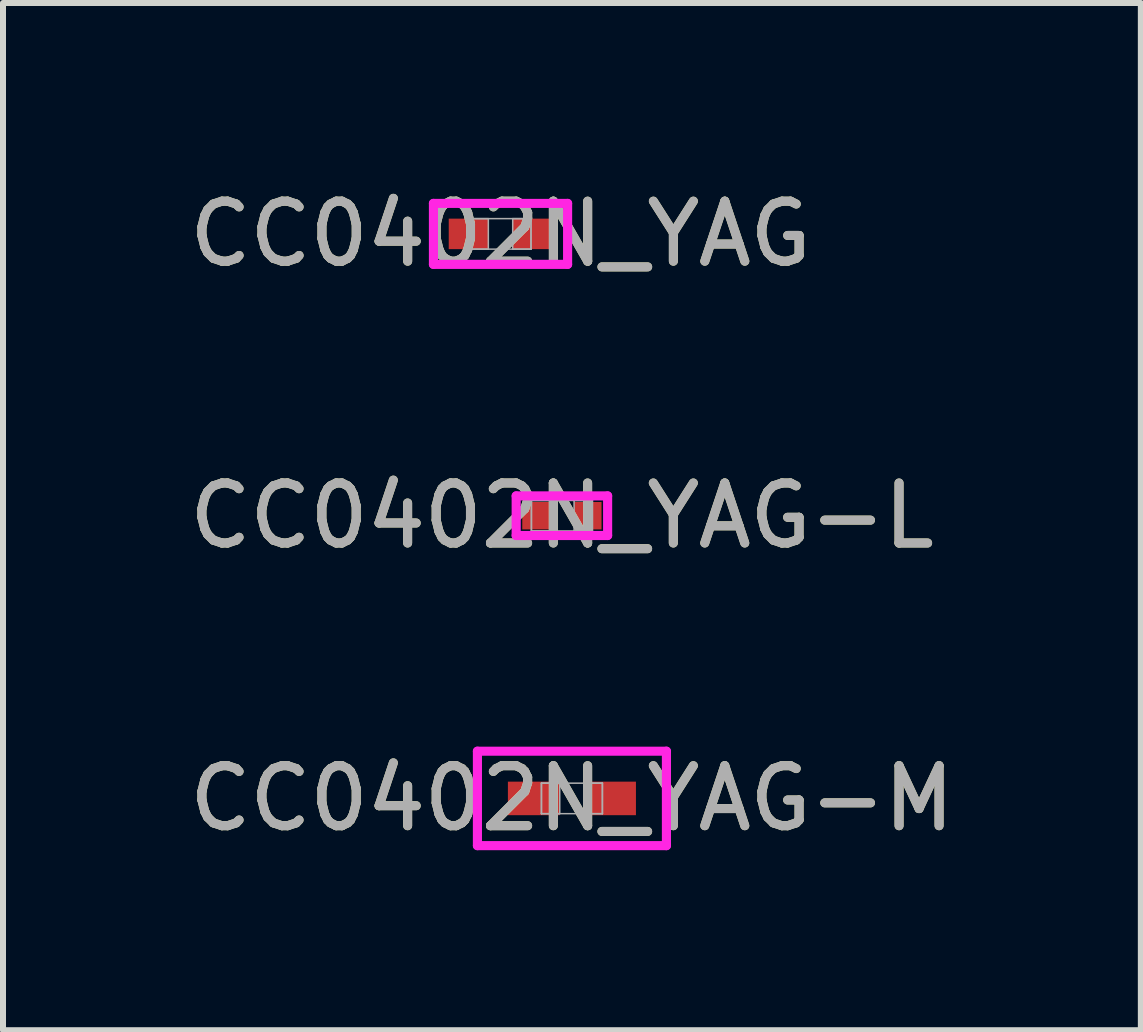
<source format=kicad_pcb>
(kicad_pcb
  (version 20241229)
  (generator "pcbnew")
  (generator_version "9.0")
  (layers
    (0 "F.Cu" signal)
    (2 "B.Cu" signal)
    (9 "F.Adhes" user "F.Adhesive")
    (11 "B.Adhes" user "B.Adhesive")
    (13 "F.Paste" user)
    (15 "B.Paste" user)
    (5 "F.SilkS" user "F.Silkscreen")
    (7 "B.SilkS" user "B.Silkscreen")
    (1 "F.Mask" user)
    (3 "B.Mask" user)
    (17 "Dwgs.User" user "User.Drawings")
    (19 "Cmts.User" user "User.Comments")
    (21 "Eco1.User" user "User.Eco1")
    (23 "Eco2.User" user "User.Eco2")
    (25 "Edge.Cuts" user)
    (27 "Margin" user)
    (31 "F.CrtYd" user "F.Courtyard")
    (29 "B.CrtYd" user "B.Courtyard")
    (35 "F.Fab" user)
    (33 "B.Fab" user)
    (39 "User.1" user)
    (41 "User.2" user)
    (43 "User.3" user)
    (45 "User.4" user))
  (footprint "CC0402N_YAG"
    (layer "F.Cu")
    (at 5.292 0.848)
    (property "Reference" "CC0402N_YAG" (at 0 0 0) (unlocked yes) (layer "F.SilkS") (effects (font (size 1 1) (thickness 0.15))))
    (attr smd)
    (fp_line (start -1.118 -0.508) (end 1.118 -0.508) (stroke (width 0.152) (type solid)) (layer "F.CrtYd"))
    (fp_line (start -1.118 0.508) (end -1.118 -0.508) (stroke (width 0.152) (type solid)) (layer "F.CrtYd"))
    (fp_line (start 1.118 -0.508) (end 1.118 0.508) (stroke (width 0.152) (type solid)) (layer "F.CrtYd"))
    (fp_line (start 1.118 0.508) (end -1.118 0.508) (stroke (width 0.152) (type solid)) (layer "F.CrtYd"))
    (fp_line (start -0.508 -0.254) (end -0.508 0.254) (stroke (width 0.025) (type solid)) (layer "F.Fab"))
    (fp_line (start -0.508 -0.254) (end -0.508 0.254) (stroke (width 0.025) (type solid)) (layer "F.Fab"))
    (fp_line (start -0.508 0.254) (end -0.203 0.254) (stroke (width 0.025) (type solid)) (layer "F.Fab"))
    (fp_line (start -0.508 0.254) (end 0.508 0.254) (stroke (width 0.025) (type solid)) (layer "F.Fab"))
    (fp_line (start -0.203 -0.254) (end -0.508 -0.254) (stroke (width 0.025) (type solid)) (layer "F.Fab"))
    (fp_line (start -0.203 0.254) (end -0.203 -0.254) (stroke (width 0.025) (type solid)) (layer "F.Fab"))
    (fp_line (start 0.203 -0.254) (end 0.203 0.254) (stroke (width 0.025) (type solid)) (layer "F.Fab"))
    (fp_line (start 0.203 0.254) (end 0.508 0.254) (stroke (width 0.025) (type solid)) (layer "F.Fab"))
    (fp_line (start 0.508 -0.254) (end -0.508 -0.254) (stroke (width 0.025) (type solid)) (layer "F.Fab"))
    (fp_line (start 0.508 -0.254) (end 0.203 -0.254) (stroke (width 0.025) (type solid)) (layer "F.Fab"))
    (fp_line (start 0.508 0.254) (end 0.508 -0.254) (stroke (width 0.025) (type solid)) (layer "F.Fab"))
    (fp_line (start 0.508 0.254) (end 0.508 -0.254) (stroke (width 0.025) (type solid)) (layer "F.Fab"))
    (fp_text user "${REFERENCE}" (at 0 0 0) (unlocked yes) (layer "F.Fab") (effects (font (size 1 1) (thickness 0.15))))
    (pad "1" smd rect (at -0.533 0) (size 0.66 0.508) (layers "F.Cu" "F.Mask" "F.Paste"))
    (pad "2" smd rect (at 0.533 0) (size 0.66 0.508) (layers "F.Cu" "F.Mask" "F.Paste"))
    (zone (net_name "") (layer "F.Cu") (hatch full 0.508) (connect_pads) (min_thickness 0.254) (filled_areas_thickness no) (keepout (tracks not_allowed) (vias not_allowed) (pads allowed) (copperpour not_allowed) (footprints allowed)) (placement (enabled no)) (fill) (polygon (pts (xy 5.139 0.645) (xy 5.444 0.645) (xy 5.444 1.051) (xy 5.139 1.051)))))
  (footprint "CC0402N_YAG-L"
    (layer "F.Cu")
    (at 6.315 5.545)
    (property "Reference" "CC0402N_YAG-L" (at 0 0 0) (unlocked yes) (layer "F.SilkS") (effects (font (size 1 1) (thickness 0.15))))
    (attr smd)
    (fp_line (start -0.762 -0.33) (end 0.762 -0.33) (stroke (width 0.152) (type solid)) (layer "F.CrtYd"))
    (fp_line (start -0.762 0.33) (end -0.762 -0.33) (stroke (width 0.152) (type solid)) (layer "F.CrtYd"))
    (fp_line (start 0.762 -0.33) (end 0.762 0.33) (stroke (width 0.152) (type solid)) (layer "F.CrtYd"))
    (fp_line (start 0.762 0.33) (end -0.762 0.33) (stroke (width 0.152) (type solid)) (layer "F.CrtYd"))
    (fp_line (start -0.508 -0.254) (end -0.508 0.254) (stroke (width 0.025) (type solid)) (layer "F.Fab"))
    (fp_line (start -0.508 -0.254) (end -0.508 0.254) (stroke (width 0.025) (type solid)) (layer "F.Fab"))
    (fp_line (start -0.508 0.254) (end -0.203 0.254) (stroke (width 0.025) (type solid)) (layer "F.Fab"))
    (fp_line (start -0.508 0.254) (end 0.508 0.254) (stroke (width 0.025) (type solid)) (layer "F.Fab"))
    (fp_line (start -0.203 -0.254) (end -0.508 -0.254) (stroke (width 0.025) (type solid)) (layer "F.Fab"))
    (fp_line (start -0.203 0.254) (end -0.203 -0.254) (stroke (width 0.025) (type solid)) (layer "F.Fab"))
    (fp_line (start 0.203 -0.254) (end 0.203 0.254) (stroke (width 0.025) (type solid)) (layer "F.Fab"))
    (fp_line (start 0.203 0.254) (end 0.508 0.254) (stroke (width 0.025) (type solid)) (layer "F.Fab"))
    (fp_line (start 0.508 -0.254) (end -0.508 -0.254) (stroke (width 0.025) (type solid)) (layer "F.Fab"))
    (fp_line (start 0.508 -0.254) (end 0.203 -0.254) (stroke (width 0.025) (type solid)) (layer "F.Fab"))
    (fp_line (start 0.508 0.254) (end 0.508 -0.254) (stroke (width 0.025) (type solid)) (layer "F.Fab"))
    (fp_line (start 0.508 0.254) (end 0.508 -0.254) (stroke (width 0.025) (type solid)) (layer "F.Fab"))
    (fp_text user "${REFERENCE}" (at 0 0 0) (unlocked yes) (layer "F.Fab") (effects (font (size 1 1) (thickness 0.15))))
    (pad "1" smd rect (at -0.432 0) (size 0.457 0.457) (layers "F.Cu" "F.Mask" "F.Paste"))
    (pad "2" smd rect (at 0.432 0) (size 0.457 0.457) (layers "F.Cu" "F.Mask" "F.Paste"))
    (zone (net_name "") (layer "F.Cu") (hatch full 0.508) (connect_pads) (min_thickness 0.254) (filled_areas_thickness no) (keepout (tracks not_allowed) (vias not_allowed) (pads allowed) (copperpour not_allowed) (footprints allowed)) (placement (enabled no)) (fill) (polygon (pts (xy 6.163 5.342) (xy 6.468 5.342) (xy 6.468 5.748) (xy 6.163 5.748)))))
  (footprint "CC0402N_YAG-M"
    (layer "F.Cu")
    (at 6.482 10.257)
    (property "Reference" "CC0402N_YAG-M" (at 0 0 0) (unlocked yes) (layer "F.SilkS") (effects (font (size 1 1) (thickness 0.15))))
    (attr smd)
    (fp_line (start -1.575 -0.787) (end 1.575 -0.787) (stroke (width 0.152) (type solid)) (layer "F.CrtYd"))
    (fp_line (start -1.575 0.787) (end -1.575 -0.787) (stroke (width 0.152) (type solid)) (layer "F.CrtYd"))
    (fp_line (start 1.575 -0.787) (end 1.575 0.787) (stroke (width 0.152) (type solid)) (layer "F.CrtYd"))
    (fp_line (start 1.575 0.787) (end -1.575 0.787) (stroke (width 0.152) (type solid)) (layer "F.CrtYd"))
    (fp_line (start -0.508 -0.254) (end -0.508 0.254) (stroke (width 0.025) (type solid)) (layer "F.Fab"))
    (fp_line (start -0.508 -0.254) (end -0.508 0.254) (stroke (width 0.025) (type solid)) (layer "F.Fab"))
    (fp_line (start -0.508 0.254) (end -0.203 0.254) (stroke (width 0.025) (type solid)) (layer "F.Fab"))
    (fp_line (start -0.508 0.254) (end 0.508 0.254) (stroke (width 0.025) (type solid)) (layer "F.Fab"))
    (fp_line (start -0.203 -0.254) (end -0.508 -0.254) (stroke (width 0.025) (type solid)) (layer "F.Fab"))
    (fp_line (start -0.203 0.254) (end -0.203 -0.254) (stroke (width 0.025) (type solid)) (layer "F.Fab"))
    (fp_line (start 0.203 -0.254) (end 0.203 0.254) (stroke (width 0.025) (type solid)) (layer "F.Fab"))
    (fp_line (start 0.203 0.254) (end 0.508 0.254) (stroke (width 0.025) (type solid)) (layer "F.Fab"))
    (fp_line (start 0.508 -0.254) (end -0.508 -0.254) (stroke (width 0.025) (type solid)) (layer "F.Fab"))
    (fp_line (start 0.508 -0.254) (end 0.203 -0.254) (stroke (width 0.025) (type solid)) (layer "F.Fab"))
    (fp_line (start 0.508 0.254) (end 0.508 -0.254) (stroke (width 0.025) (type solid)) (layer "F.Fab"))
    (fp_line (start 0.508 0.254) (end 0.508 -0.254) (stroke (width 0.025) (type solid)) (layer "F.Fab"))
    (fp_text user "${REFERENCE}" (at 0 0 0) (unlocked yes) (layer "F.Fab") (effects (font (size 1 1) (thickness 0.15))))
    (pad "1" smd rect (at -0.635 0) (size 0.864 0.559) (layers "F.Cu" "F.Mask" "F.Paste"))
    (pad "2" smd rect (at 0.635 0) (size 0.864 0.559) (layers "F.Cu" "F.Mask" "F.Paste"))
    (zone (net_name "") (layer "F.Cu") (hatch full 0.508) (connect_pads) (min_thickness 0.254) (filled_areas_thickness no) (keepout (tracks not_allowed) (vias not_allowed) (pads allowed) (copperpour not_allowed) (footprints allowed)) (placement (enabled no)) (fill) (polygon (pts (xy 6.33 10.053) (xy 6.635 10.053) (xy 6.635 10.46) (xy 6.33 10.46)))))
  (gr_rect
    (start -3 -3)
    (end 15.964 14.12)
    (stroke (width 0.1) (type default))
    (fill no)
    (layer "Edge.Cuts")))
</source>
